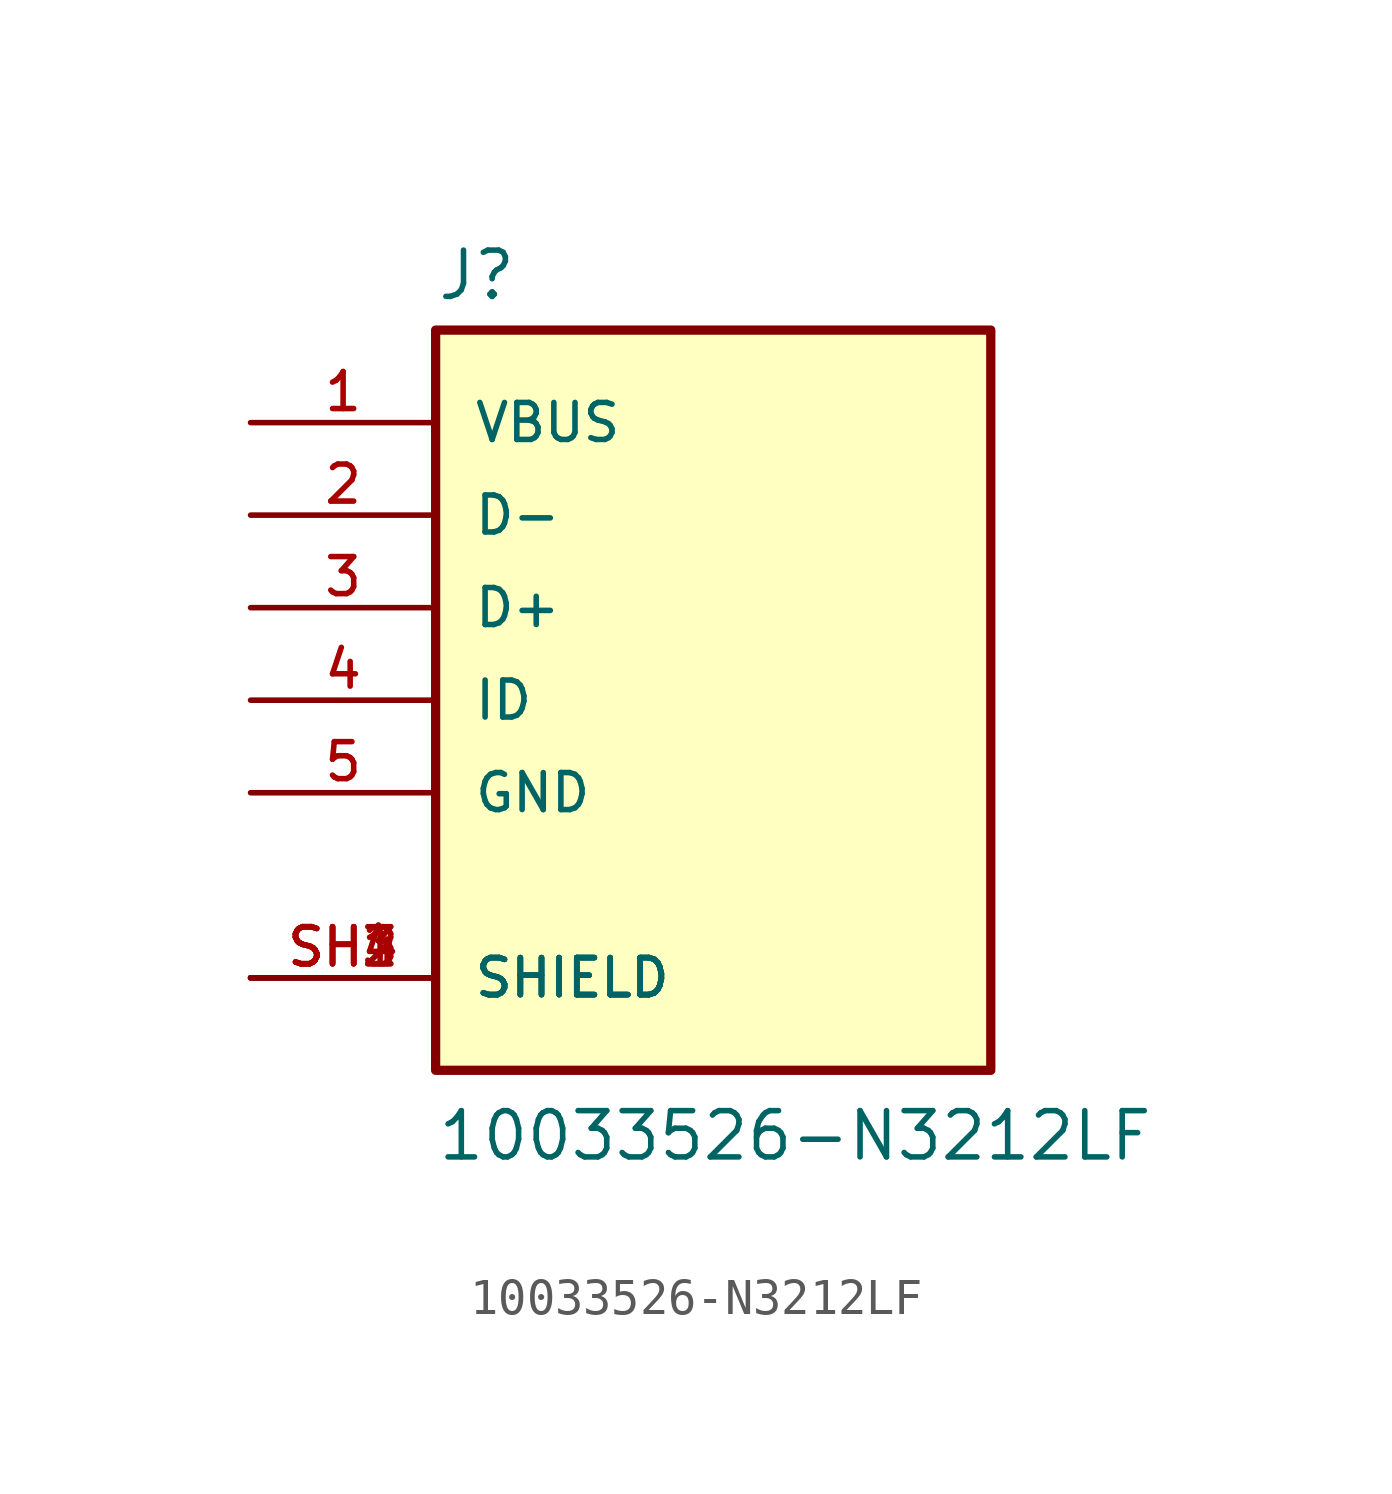
<source format=kicad_sym>
(kicad_symbol_lib
  (version 20211014)
  (generator kicad_symbol_editor)
  (symbol "10033526-N3212LF"
    (pin_names
      (offset 1.016))
    (property "Reference" "J"
      (at -7.62 10.922 0)
      (effects (font (size 1.27 1.27)) (justify bottom left)))
    (property "Value" "10033526-N3212LF"
      (at -7.62 -12.7 0)
      (effects (font (size 1.27 1.27)) (justify bottom left)))
    (symbol "10033526-N3212LF_0_0"
      (rectangle (start -7.62 -10.16) (end 7.62 10.16) (stroke (width 0.254)) (fill (type background)))
      (pin passive line (at -12.7 -7.62 0) (length 5.08) (name "SHIELD" (effects (font (size 1.016 1.016)))) (number "SH1" (effects (font (size 1.016 1.016)))))
      (pin passive line (at -12.7 -7.62 0) (length 5.08) (name "SHIELD" (effects (font (size 1.016 1.016)))) (number "SH2" (effects (font (size 1.016 1.016)))))
      (pin passive line (at -12.7 -7.62 0) (length 5.08) (name "SHIELD" (effects (font (size 1.016 1.016)))) (number "SH3" (effects (font (size 1.016 1.016)))))
      (pin passive line (at -12.7 -7.62 0) (length 5.08) (name "SHIELD" (effects (font (size 1.016 1.016)))) (number "SH4" (effects (font (size 1.016 1.016)))))
      (pin power_in line (at -12.7 -2.54 0) (length 5.08) (name "GND" (effects (font (size 1.016 1.016)))) (number "5" (effects (font (size 1.016 1.016)))))
      (pin bidirectional line (at -12.7 0.0 0) (length 5.08) (name "ID" (effects (font (size 1.016 1.016)))) (number "4" (effects (font (size 1.016 1.016)))))
      (pin bidirectional line (at -12.7 2.54 0) (length 5.08) (name "D+" (effects (font (size 1.016 1.016)))) (number "3" (effects (font (size 1.016 1.016)))))
      (pin bidirectional line (at -12.7 5.08 0) (length 5.08) (name "D-" (effects (font (size 1.016 1.016)))) (number "2" (effects (font (size 1.016 1.016)))))
      (pin power_in line (at -12.7 7.62 0) (length 5.08) (name "VBUS" (effects (font (size 1.016 1.016)))) (number "1" (effects (font (size 1.016 1.016))))))))
</source>
